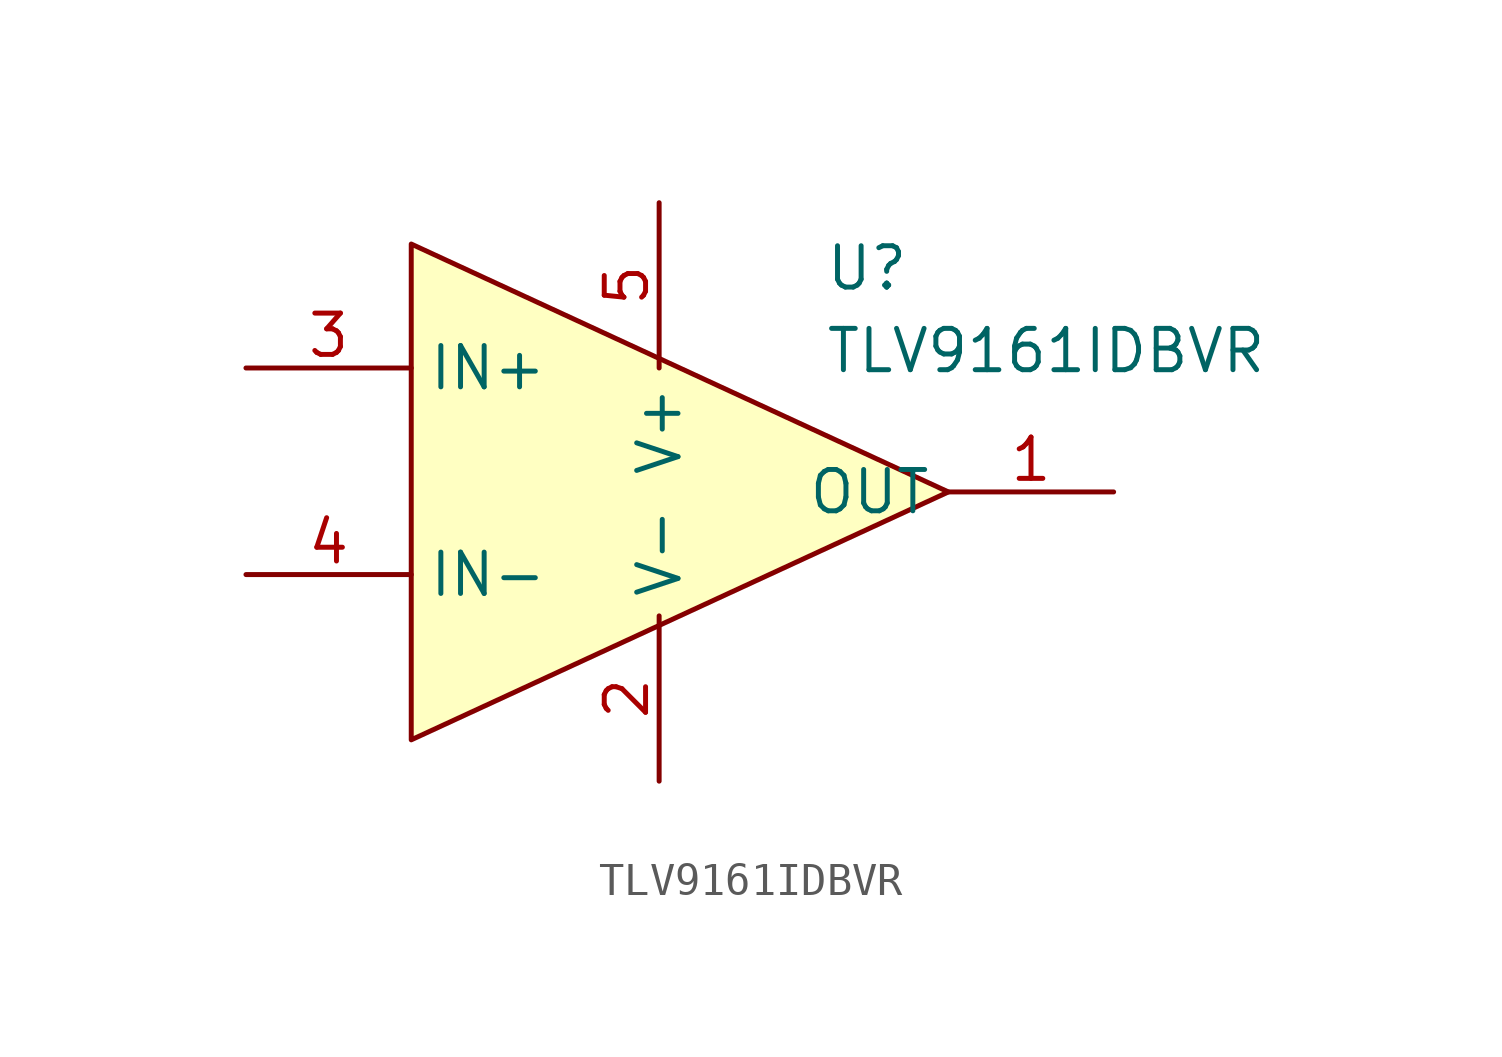
<source format=kicad_sym>
(kicad_symbol_lib
  (version 20231120)
  (generator "kicad_symbol_editor")
  (generator_version "8.0")
  (symbol "TLV9161IDBVR"
    (property "Reference" "U"
      (at 21.59 7.62 0)
      (effects (font (size 1.27 1.27)) (justify left top)))
    (property "Value" "TLV9161IDBVR"
      (at 21.59 5.08 0)
      (effects (font (size 1.27 1.27)) (justify left top)))
    (symbol "TLV9161IDBVR_1_1"
      (polyline (pts (xy 8.89 7.62) (xy 8.89 -7.62) (xy 25.4 0) (xy 8.89 7.62)) (stroke (width 0) (type default)) (fill (type background)))
      (pin passive line (at 30.48 0 180) (length 5.08) (name "OUT" (effects (font (size 1.27 1.27)))) (number "1" (effects (font (size 1.27 1.27)))))
      (pin passive line (at 16.51 -8.89 90) (length 5.08) (name "V-" (effects (font (size 1.27 1.27)))) (number "2" (effects (font (size 1.27 1.27)))))
      (pin passive line (at 3.81 3.81 0) (length 5.08) (name "IN+" (effects (font (size 1.27 1.27)))) (number "3" (effects (font (size 1.27 1.27)))))
      (pin passive line (at 3.81 -2.54 0) (length 5.08) (name "IN-" (effects (font (size 1.27 1.27)))) (number "4" (effects (font (size 1.27 1.27)))))
      (pin passive line (at 16.51 8.89 270) (length 5.08) (name "V+" (effects (font (size 1.27 1.27)))) (number "5" (effects (font (size 1.27 1.27))))))))
</source>
